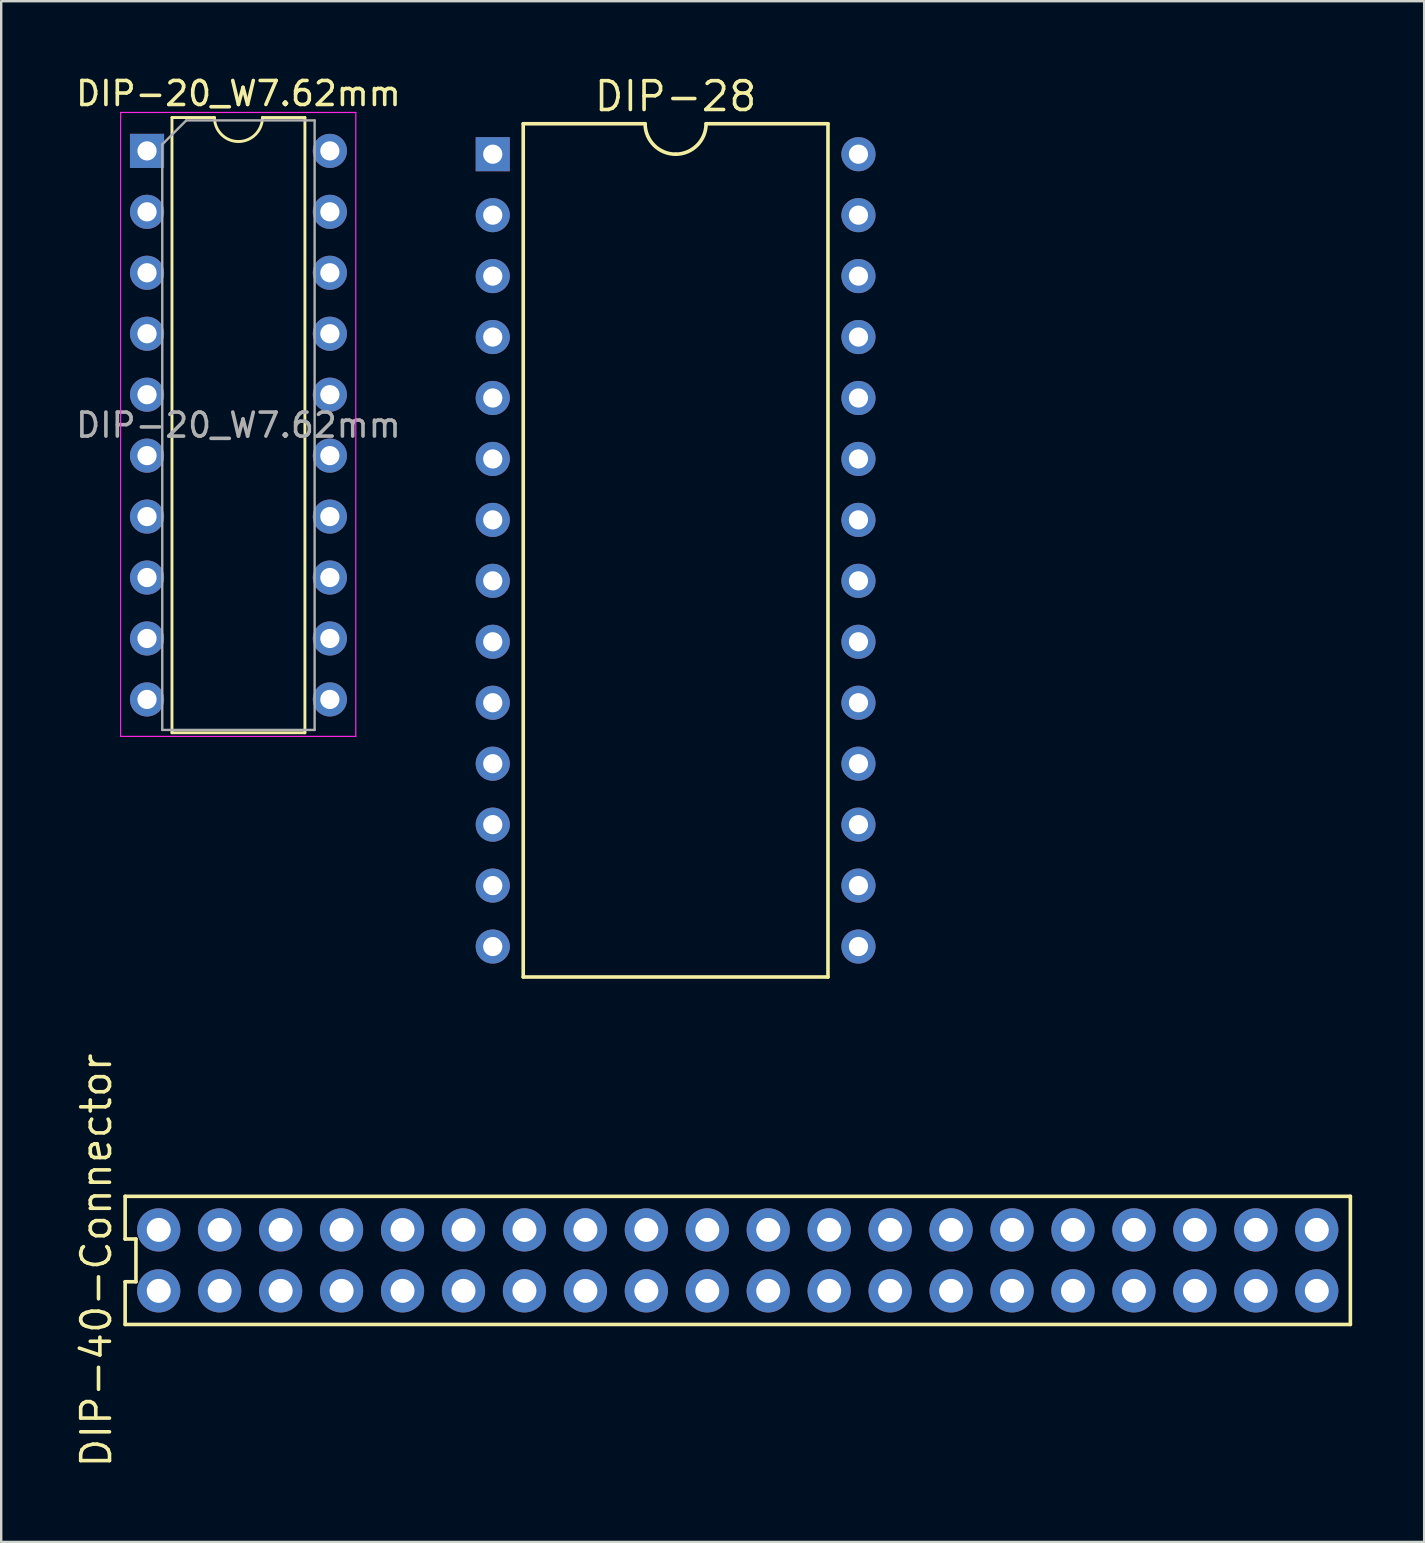
<source format=kicad_pcb>
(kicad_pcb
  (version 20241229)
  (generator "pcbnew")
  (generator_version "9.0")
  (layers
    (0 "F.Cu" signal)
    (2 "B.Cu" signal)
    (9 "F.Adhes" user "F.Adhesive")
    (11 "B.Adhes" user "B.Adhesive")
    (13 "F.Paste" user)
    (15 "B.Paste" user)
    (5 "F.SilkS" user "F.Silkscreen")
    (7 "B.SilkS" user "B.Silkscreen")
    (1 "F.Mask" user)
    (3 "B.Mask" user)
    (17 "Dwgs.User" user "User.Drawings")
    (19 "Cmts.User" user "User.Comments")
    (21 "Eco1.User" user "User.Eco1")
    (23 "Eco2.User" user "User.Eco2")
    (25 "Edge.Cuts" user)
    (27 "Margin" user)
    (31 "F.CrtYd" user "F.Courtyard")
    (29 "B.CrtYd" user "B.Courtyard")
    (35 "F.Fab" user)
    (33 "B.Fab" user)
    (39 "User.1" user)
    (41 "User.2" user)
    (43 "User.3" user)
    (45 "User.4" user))
  (footprint "DIP-28"
    (layer "F.Cu")
    (at 17.48 3.466)
    (property "Reference" "DIP-28" (at 7.625 -2.501 0) (layer "F.SilkS") (effects (font (size 1.2 1.2) (thickness 0.15))))
    (attr through_hole)
    (fp_line (start 1.275 -1.36) (end 6.355 -1.36) (stroke (width 0.15) (type solid)) (layer "F.SilkS"))
    (fp_line (start 1.275 34.2) (end 1.275 -1.36) (stroke (width 0.15) (type solid)) (layer "F.SilkS"))
    (fp_line (start 8.895 -1.36) (end 13.975 -1.36) (stroke (width 0.15) (type solid)) (layer "F.SilkS"))
    (fp_line (start 13.975 -1.36) (end 13.975 34.2) (stroke (width 0.15) (type solid)) (layer "F.SilkS"))
    (fp_line (start 13.975 34.2) (end 1.275 34.2) (stroke (width 0.15) (type solid)) (layer "F.SilkS"))
    (fp_arc (start 7.624864 -0.089936) (mid 6.726838 -0.46191) (end 6.354864 -1.359936) (stroke (width 0.15) (type solid)) (layer "F.SilkS"))
    (fp_arc (start 8.894864 -1.359936) (mid 8.52289 -0.46191) (end 7.624864 -0.089936) (stroke (width 0.15) (type solid)) (layer "F.SilkS"))
    (pad "1" thru_hole rect (at 0.005 -0.09 270) (size 1.422 1.422) (drill 0.8) (layers "*.Cu" "*.Mask"))
    (pad "2" thru_hole circle (at 0.005 2.45 270) (size 1.422 1.422) (drill 0.8) (layers "*.Cu" "*.Mask"))
    (pad "3" thru_hole circle (at 0.005 4.99 270) (size 1.422 1.422) (drill 0.8) (layers "*.Cu" "*.Mask"))
    (pad "4" thru_hole circle (at 0.005 7.53 270) (size 1.422 1.422) (drill 0.8) (layers "*.Cu" "*.Mask"))
    (pad "5" thru_hole circle (at 0.005 10.07 270) (size 1.422 1.422) (drill 0.8) (layers "*.Cu" "*.Mask"))
    (pad "6" thru_hole circle (at 0.005 12.61 270) (size 1.422 1.422) (drill 0.8) (layers "*.Cu" "*.Mask"))
    (pad "7" thru_hole circle (at 0.005 15.15 270) (size 1.422 1.422) (drill 0.8) (layers "*.Cu" "*.Mask"))
    (pad "8" thru_hole circle (at 0.005 17.69 270) (size 1.422 1.422) (drill 0.8) (layers "*.Cu" "*.Mask"))
    (pad "9" thru_hole circle (at 0.005 20.23 270) (size 1.422 1.422) (drill 0.8) (layers "*.Cu" "*.Mask"))
    (pad "10" thru_hole circle (at 0.005 22.77 270) (size 1.422 1.422) (drill 0.8) (layers "*.Cu" "*.Mask"))
    (pad "11" thru_hole circle (at 0.005 25.31 270) (size 1.422 1.422) (drill 0.8) (layers "*.Cu" "*.Mask"))
    (pad "12" thru_hole circle (at 0.005 27.85 270) (size 1.422 1.422) (drill 0.8) (layers "*.Cu" "*.Mask"))
    (pad "13" thru_hole circle (at 0.005 30.39 270) (size 1.422 1.422) (drill 0.8) (layers "*.Cu" "*.Mask"))
    (pad "14" thru_hole circle (at 0.005 32.93 270) (size 1.422 1.422) (drill 0.8) (layers "*.Cu" "*.Mask"))
    (pad "15" thru_hole circle (at 15.245 32.93 270) (size 1.422 1.422) (drill 0.8) (layers "*.Cu" "*.Mask"))
    (pad "16" thru_hole circle (at 15.245 30.39 270) (size 1.422 1.422) (drill 0.8) (layers "*.Cu" "*.Mask"))
    (pad "17" thru_hole circle (at 15.245 27.85 270) (size 1.422 1.422) (drill 0.8) (layers "*.Cu" "*.Mask"))
    (pad "18" thru_hole circle (at 15.245 25.31 270) (size 1.422 1.422) (drill 0.8) (layers "*.Cu" "*.Mask"))
    (pad "19" thru_hole circle (at 15.245 22.77 270) (size 1.422 1.422) (drill 0.8) (layers "*.Cu" "*.Mask"))
    (pad "20" thru_hole circle (at 15.245 20.23 270) (size 1.422 1.422) (drill 0.8) (layers "*.Cu" "*.Mask"))
    (pad "21" thru_hole circle (at 15.245 17.69 270) (size 1.422 1.422) (drill 0.8) (layers "*.Cu" "*.Mask"))
    (pad "22" thru_hole circle (at 15.245 15.15 270) (size 1.422 1.422) (drill 0.8) (layers "*.Cu" "*.Mask"))
    (pad "23" thru_hole circle (at 15.245 12.61 270) (size 1.422 1.422) (drill 0.8) (layers "*.Cu" "*.Mask"))
    (pad "24" thru_hole circle (at 15.245 10.07 270) (size 1.422 1.422) (drill 0.8) (layers "*.Cu" "*.Mask"))
    (pad "25" thru_hole circle (at 15.245 7.53 270) (size 1.422 1.422) (drill 0.8) (layers "*.Cu" "*.Mask"))
    (pad "26" thru_hole circle (at 15.245 4.99 270) (size 1.422 1.422) (drill 0.8) (layers "*.Cu" "*.Mask"))
    (pad "27" thru_hole circle (at 15.245 2.45 270) (size 1.422 1.422) (drill 0.8) (layers "*.Cu" "*.Mask"))
    (pad "28" thru_hole circle (at 15.245 -0.09 270) (size 1.422 1.422) (drill 0.8) (layers "*.Cu" "*.Mask")))
  (footprint "DIP-20_W7.62mm"
    (layer "F.Cu")
    (at 3.077 3.238)
    (property "Reference" "DIP-20_W7.62mm" (at 3.81 -2.39 0) (layer "F.SilkS") (effects (font (size 1 1) (thickness 0.15))))
    (attr through_hole)
    (fp_line (start 1.04 -1.39) (end 1.04 24.25) (stroke (width 0.12) (type solid)) (layer "F.SilkS"))
    (fp_line (start 1.04 24.25) (end 6.58 24.25) (stroke (width 0.12) (type solid)) (layer "F.SilkS"))
    (fp_line (start 2.81 -1.39) (end 1.04 -1.39) (stroke (width 0.12) (type solid)) (layer "F.SilkS"))
    (fp_line (start 6.58 -1.39) (end 4.81 -1.39) (stroke (width 0.12) (type solid)) (layer "F.SilkS"))
    (fp_line (start 6.58 24.25) (end 6.58 -1.39) (stroke (width 0.12) (type solid)) (layer "F.SilkS"))
    (fp_arc (start 4.81 -1.39) (mid 3.81 -0.39) (end 2.81 -1.39) (stroke (width 0.12) (type solid)) (layer "F.SilkS"))
    (fp_line (start -1.1 -1.6) (end -1.1 24.4) (stroke (width 0.05) (type solid)) (layer "F.CrtYd"))
    (fp_line (start -1.1 24.4) (end 8.7 24.4) (stroke (width 0.05) (type solid)) (layer "F.CrtYd"))
    (fp_line (start 8.7 -1.6) (end -1.1 -1.6) (stroke (width 0.05) (type solid)) (layer "F.CrtYd"))
    (fp_line (start 8.7 24.4) (end 8.7 -1.6) (stroke (width 0.05) (type solid)) (layer "F.CrtYd"))
    (fp_line (start 0.635 -0.27) (end 1.635 -1.27) (stroke (width 0.1) (type solid)) (layer "F.Fab"))
    (fp_line (start 0.635 24.13) (end 0.635 -0.27) (stroke (width 0.1) (type solid)) (layer "F.Fab"))
    (fp_line (start 1.635 -1.27) (end 6.985 -1.27) (stroke (width 0.1) (type solid)) (layer "F.Fab"))
    (fp_line (start 6.985 -1.27) (end 6.985 24.13) (stroke (width 0.1) (type solid)) (layer "F.Fab"))
    (fp_line (start 6.985 24.13) (end 0.635 24.13) (stroke (width 0.1) (type solid)) (layer "F.Fab"))
    (fp_text user "${REFERENCE}" (at 3.81 11.43 0) (layer "F.Fab") (effects (font (size 1 1) (thickness 0.15))))
    (pad "1" thru_hole rect (at 0 0) (size 1.422 1.422) (drill 0.8) (layers "*.Cu" "*.Mask"))
    (pad "2" thru_hole circle (at 0 2.54) (size 1.422 1.422) (drill 0.8) (layers "*.Cu" "*.Mask"))
    (pad "3" thru_hole circle (at 0 5.08) (size 1.422 1.422) (drill 0.8) (layers "*.Cu" "*.Mask"))
    (pad "4" thru_hole circle (at 0 7.62) (size 1.422 1.422) (drill 0.8) (layers "*.Cu" "*.Mask"))
    (pad "5" thru_hole circle (at 0 10.16) (size 1.422 1.422) (drill 0.8) (layers "*.Cu" "*.Mask"))
    (pad "6" thru_hole circle (at 0 12.7) (size 1.422 1.422) (drill 0.8) (layers "*.Cu" "*.Mask"))
    (pad "7" thru_hole circle (at 0 15.24) (size 1.422 1.422) (drill 0.8) (layers "*.Cu" "*.Mask"))
    (pad "8" thru_hole circle (at 0 17.78) (size 1.422 1.422) (drill 0.8) (layers "*.Cu" "*.Mask"))
    (pad "9" thru_hole circle (at 0 20.32) (size 1.422 1.422) (drill 0.8) (layers "*.Cu" "*.Mask"))
    (pad "10" thru_hole oval (at 0 22.86) (size 1.422 1.422) (drill 0.8) (layers "*.Cu" "*.Mask"))
    (pad "11" thru_hole oval (at 7.62 22.86) (size 1.422 1.422) (drill 0.8) (layers "*.Cu" "*.Mask"))
    (pad "12" thru_hole circle (at 7.62 20.32) (size 1.422 1.422) (drill 0.8) (layers "*.Cu" "*.Mask"))
    (pad "13" thru_hole circle (at 7.62 17.78) (size 1.422 1.422) (drill 0.8) (layers "*.Cu" "*.Mask"))
    (pad "14" thru_hole circle (at 7.62 15.24) (size 1.422 1.422) (drill 0.8) (layers "*.Cu" "*.Mask"))
    (pad "15" thru_hole circle (at 7.62 12.7) (size 1.422 1.422) (drill 0.8) (layers "*.Cu" "*.Mask"))
    (pad "16" thru_hole circle (at 7.62 10.16) (size 1.422 1.422) (drill 0.8) (layers "*.Cu" "*.Mask"))
    (pad "17" thru_hole circle (at 7.62 7.62) (size 1.422 1.422) (drill 0.8) (layers "*.Cu" "*.Mask"))
    (pad "18" thru_hole circle (at 7.62 5.08) (size 1.422 1.422) (drill 0.8) (layers "*.Cu" "*.Mask"))
    (pad "19" thru_hole circle (at 7.62 2.54) (size 1.422 1.422) (drill 0.8) (layers "*.Cu" "*.Mask"))
    (pad "20" thru_hole circle (at 7.62 0) (size 1.422 1.422) (drill 0.8) (layers "*.Cu" "*.Mask")))
  (footprint "DIP-40-Connector"
    (layer "F.Cu")
    (at 27.695 49.475)
    (property "Reference" "DIP-40-Connector" (at -26.73 0 90) (layer "F.SilkS") (effects (font (size 1.2 1.2) (thickness 0.15))))
    (attr through_hole)
    (fp_line (start -25.53 -2.67) (end -25.53 -0.89) (stroke (width 0.15) (type solid)) (layer "F.SilkS"))
    (fp_line (start -25.53 -0.89) (end -25.08 -0.89) (stroke (width 0.15) (type solid)) (layer "F.SilkS"))
    (fp_line (start -25.53 0.89) (end -25.53 2.67) (stroke (width 0.15) (type solid)) (layer "F.SilkS"))
    (fp_line (start -25.53 2.67) (end 25.53 2.67) (stroke (width 0.15) (type solid)) (layer "F.SilkS"))
    (fp_line (start -25.08 -0.89) (end -25.08 0.89) (stroke (width 0.15) (type solid)) (layer "F.SilkS"))
    (fp_line (start -25.08 0.89) (end -25.53 0.89) (stroke (width 0.15) (type solid)) (layer "F.SilkS"))
    (fp_line (start 25.53 -2.67) (end -25.53 -2.67) (stroke (width 0.15) (type solid)) (layer "F.SilkS"))
    (fp_line (start 25.53 2.67) (end 25.53 -2.67) (stroke (width 0.15) (type solid)) (layer "F.SilkS"))
    (pad "1" thru_hole circle (at -24.13 1.27) (size 1.8 1.8) (drill 1) (layers "*.Cu" "*.Mask"))
    (pad "2" thru_hole circle (at -21.59 1.27) (size 1.8 1.8) (drill 1) (layers "*.Cu" "*.Mask"))
    (pad "3" thru_hole circle (at -19.05 1.27) (size 1.8 1.8) (drill 1) (layers "*.Cu" "*.Mask"))
    (pad "4" thru_hole circle (at -16.51 1.27) (size 1.8 1.8) (drill 1) (layers "*.Cu" "*.Mask"))
    (pad "5" thru_hole circle (at -13.97 1.27) (size 1.8 1.8) (drill 1) (layers "*.Cu" "*.Mask"))
    (pad "6" thru_hole circle (at -11.43 1.27) (size 1.8 1.8) (drill 1) (layers "*.Cu" "*.Mask"))
    (pad "7" thru_hole circle (at -8.89 1.27) (size 1.8 1.8) (drill 1) (layers "*.Cu" "*.Mask"))
    (pad "8" thru_hole circle (at -6.35 1.27) (size 1.8 1.8) (drill 1) (layers "*.Cu" "*.Mask"))
    (pad "9" thru_hole circle (at -3.81 1.27) (size 1.8 1.8) (drill 1) (layers "*.Cu" "*.Mask"))
    (pad "10" thru_hole circle (at -1.27 1.27) (size 1.8 1.8) (drill 1) (layers "*.Cu" "*.Mask"))
    (pad "11" thru_hole circle (at 1.27 1.27) (size 1.8 1.8) (drill 1) (layers "*.Cu" "*.Mask"))
    (pad "12" thru_hole circle (at 3.81 1.27) (size 1.8 1.8) (drill 1) (layers "*.Cu" "*.Mask"))
    (pad "13" thru_hole circle (at 6.35 1.27) (size 1.8 1.8) (drill 1) (layers "*.Cu" "*.Mask"))
    (pad "14" thru_hole circle (at 8.89 1.27) (size 1.8 1.8) (drill 1) (layers "*.Cu" "*.Mask"))
    (pad "15" thru_hole circle (at 11.43 1.27) (size 1.8 1.8) (drill 1) (layers "*.Cu" "*.Mask"))
    (pad "16" thru_hole circle (at 13.97 1.27) (size 1.8 1.8) (drill 1) (layers "*.Cu" "*.Mask"))
    (pad "17" thru_hole circle (at 16.51 1.27) (size 1.8 1.8) (drill 1) (layers "*.Cu" "*.Mask"))
    (pad "18" thru_hole circle (at 19.05 1.27) (size 1.8 1.8) (drill 1) (layers "*.Cu" "*.Mask"))
    (pad "19" thru_hole circle (at 21.59 1.27) (size 1.8 1.8) (drill 1) (layers "*.Cu" "*.Mask"))
    (pad "20" thru_hole circle (at 24.13 1.27) (size 1.8 1.8) (drill 1) (layers "*.Cu" "*.Mask"))
    (pad "21" thru_hole circle (at 24.13 -1.27) (size 1.8 1.8) (drill 1) (layers "*.Cu" "*.Mask"))
    (pad "22" thru_hole circle (at 21.59 -1.27) (size 1.8 1.8) (drill 1) (layers "*.Cu" "*.Mask"))
    (pad "23" thru_hole circle (at 19.05 -1.27) (size 1.8 1.8) (drill 1) (layers "*.Cu" "*.Mask"))
    (pad "24" thru_hole circle (at 16.51 -1.27) (size 1.8 1.8) (drill 1) (layers "*.Cu" "*.Mask"))
    (pad "25" thru_hole circle (at 13.97 -1.27) (size 1.8 1.8) (drill 1) (layers "*.Cu" "*.Mask"))
    (pad "26" thru_hole circle (at 11.43 -1.27) (size 1.8 1.8) (drill 1) (layers "*.Cu" "*.Mask"))
    (pad "27" thru_hole circle (at 8.89 -1.27) (size 1.8 1.8) (drill 1) (layers "*.Cu" "*.Mask"))
    (pad "28" thru_hole circle (at 6.35 -1.27) (size 1.8 1.8) (drill 1) (layers "*.Cu" "*.Mask"))
    (pad "29" thru_hole circle (at 3.81 -1.27) (size 1.8 1.8) (drill 1) (layers "*.Cu" "*.Mask"))
    (pad "30" thru_hole circle (at 1.27 -1.27) (size 1.8 1.8) (drill 1) (layers "*.Cu" "*.Mask"))
    (pad "31" thru_hole circle (at -1.27 -1.27) (size 1.8 1.8) (drill 1) (layers "*.Cu" "*.Mask"))
    (pad "32" thru_hole circle (at -3.81 -1.27) (size 1.8 1.8) (drill 1) (layers "*.Cu" "*.Mask"))
    (pad "33" thru_hole circle (at -6.35 -1.27) (size 1.8 1.8) (drill 1) (layers "*.Cu" "*.Mask"))
    (pad "34" thru_hole circle (at -8.89 -1.27) (size 1.8 1.8) (drill 1) (layers "*.Cu" "*.Mask"))
    (pad "35" thru_hole circle (at -11.43 -1.27) (size 1.8 1.8) (drill 1) (layers "*.Cu" "*.Mask"))
    (pad "36" thru_hole circle (at -13.97 -1.27) (size 1.8 1.8) (drill 1) (layers "*.Cu" "*.Mask"))
    (pad "37" thru_hole circle (at -16.51 -1.27) (size 1.8 1.8) (drill 1) (layers "*.Cu" "*.Mask"))
    (pad "38" thru_hole circle (at -19.05 -1.27) (size 1.8 1.8) (drill 1) (layers "*.Cu" "*.Mask"))
    (pad "39" thru_hole circle (at -21.59 -1.27) (size 1.8 1.8) (drill 1) (layers "*.Cu" "*.Mask"))
    (pad "40" thru_hole circle (at -24.13 -1.27) (size 1.8 1.8) (drill 1) (layers "*.Cu" "*.Mask")))
  (gr_rect
    (start -3 -3)
    (end 56.3 61.209)
    (stroke (width 0.1) (type default))
    (fill no)
    (layer "Edge.Cuts")))
</source>
